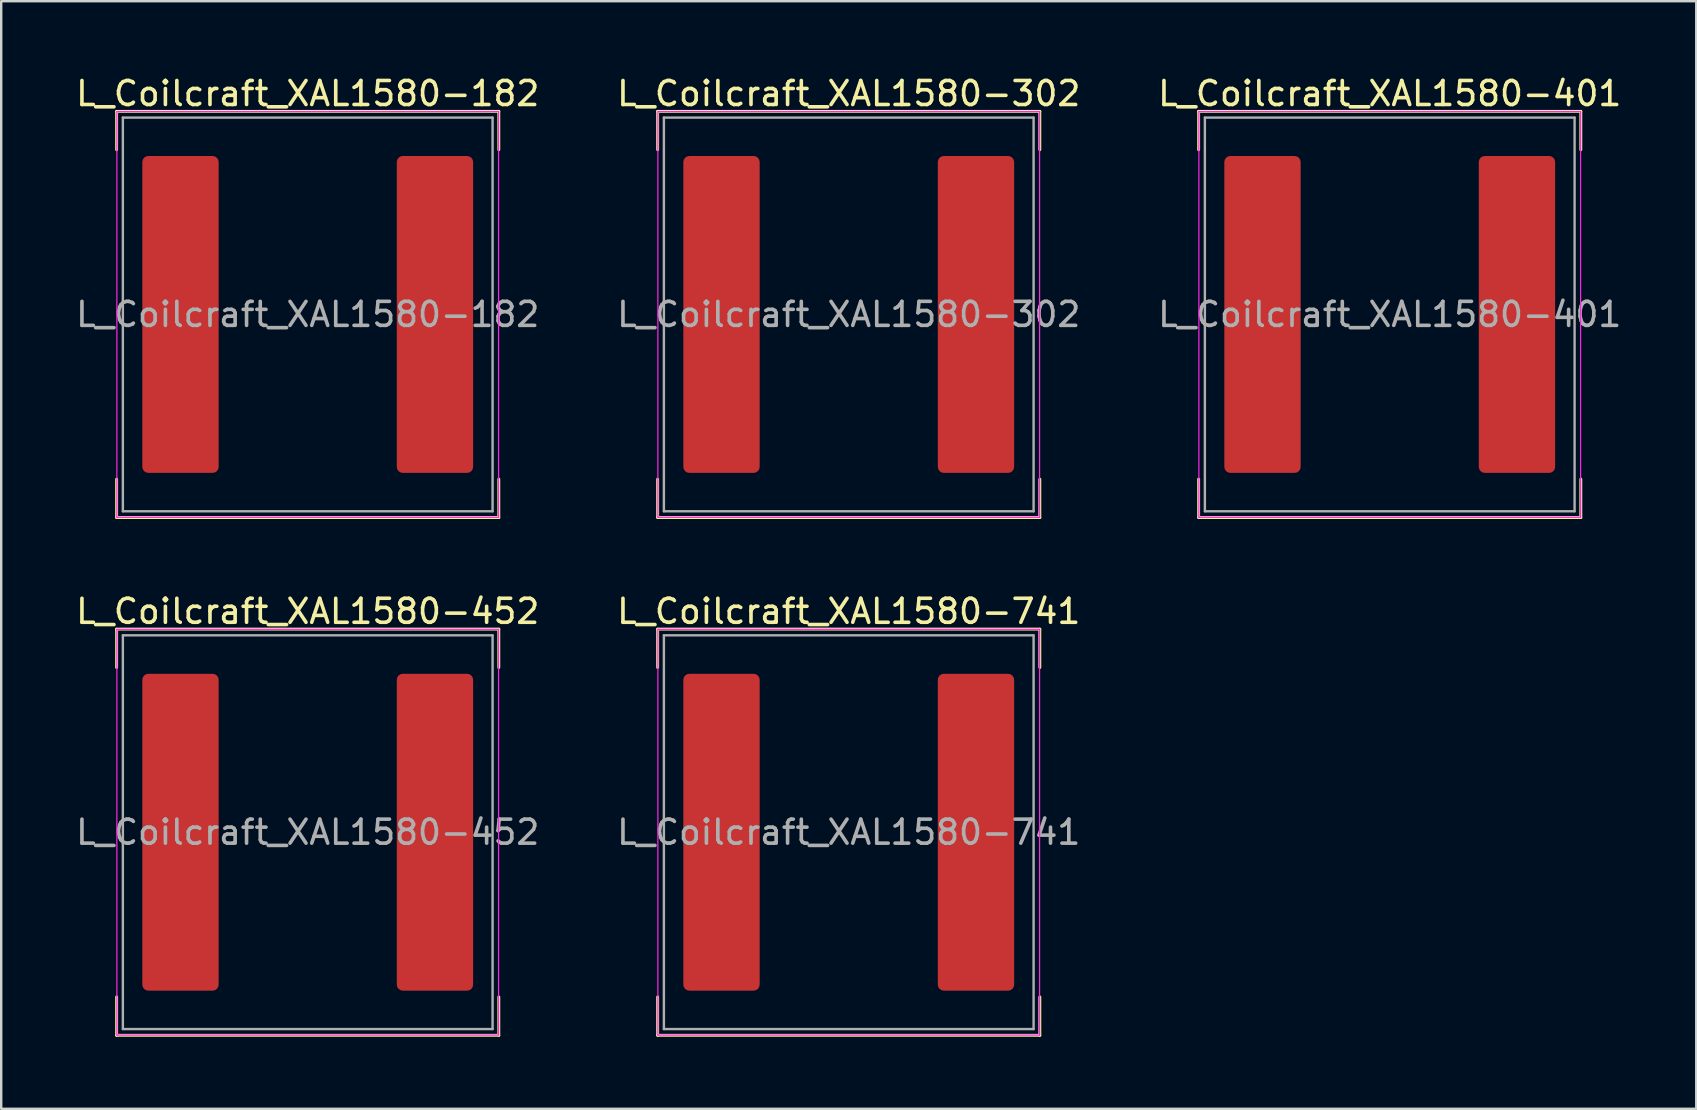
<source format=kicad_pcb>
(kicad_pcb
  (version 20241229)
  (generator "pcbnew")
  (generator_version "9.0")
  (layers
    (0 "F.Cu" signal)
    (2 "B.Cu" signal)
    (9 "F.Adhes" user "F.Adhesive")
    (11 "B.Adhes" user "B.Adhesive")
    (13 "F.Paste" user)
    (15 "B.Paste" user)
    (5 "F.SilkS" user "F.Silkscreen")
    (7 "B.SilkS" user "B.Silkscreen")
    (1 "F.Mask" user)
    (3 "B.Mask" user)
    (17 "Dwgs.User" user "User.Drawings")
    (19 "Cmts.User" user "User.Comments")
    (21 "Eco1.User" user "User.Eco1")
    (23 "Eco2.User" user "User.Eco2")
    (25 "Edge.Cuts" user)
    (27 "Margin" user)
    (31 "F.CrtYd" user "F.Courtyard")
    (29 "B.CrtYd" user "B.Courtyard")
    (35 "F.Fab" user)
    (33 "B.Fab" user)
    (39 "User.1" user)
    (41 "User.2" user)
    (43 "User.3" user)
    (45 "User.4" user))
  (footprint "L_Coilcraft_XAL1580-401"
    (layer "F.Cu")
    (at 54.839 10.048)
    (property "Reference" "L_Coilcraft_XAL1580-401" (at 0 -9.2 0) (layer "F.SilkS") (effects (font (size 1 1) (thickness 0.15))))
    (attr smd)
    (fp_line (start -7.96 -8.46) (end -7.96 -6.86) (stroke (width 0.12) (type solid)) (layer "F.SilkS"))
    (fp_line (start -7.96 -8.46) (end 7.96 -8.46) (stroke (width 0.12) (type solid)) (layer "F.SilkS"))
    (fp_line (start -7.96 8.46) (end -7.96 6.86) (stroke (width 0.12) (type solid)) (layer "F.SilkS"))
    (fp_line (start -7.96 8.46) (end 7.96 8.46) (stroke (width 0.12) (type solid)) (layer "F.SilkS"))
    (fp_line (start 7.96 -8.46) (end 7.96 -6.86) (stroke (width 0.12) (type solid)) (layer "F.SilkS"))
    (fp_line (start 7.96 8.46) (end 7.96 6.86) (stroke (width 0.12) (type solid)) (layer "F.SilkS"))
    (fp_line (start -7.95 -8.45) (end -7.95 8.45) (stroke (width 0.05) (type solid)) (layer "F.CrtYd"))
    (fp_line (start -7.95 8.45) (end 7.95 8.45) (stroke (width 0.05) (type solid)) (layer "F.CrtYd"))
    (fp_line (start 7.95 -8.45) (end -7.95 -8.45) (stroke (width 0.05) (type solid)) (layer "F.CrtYd"))
    (fp_line (start 7.95 8.45) (end 7.95 -8.45) (stroke (width 0.05) (type solid)) (layer "F.CrtYd"))
    (fp_line (start -7.7 -8.2) (end -7.7 8.2) (stroke (width 0.1) (type solid)) (layer "F.Fab"))
    (fp_line (start -7.7 8.2) (end 7.7 8.2) (stroke (width 0.1) (type solid)) (layer "F.Fab"))
    (fp_line (start 7.7 -8.2) (end -7.7 -8.2) (stroke (width 0.1) (type solid)) (layer "F.Fab"))
    (fp_line (start 7.7 8.2) (end 7.7 -8.2) (stroke (width 0.1) (type solid)) (layer "F.Fab"))
    (fp_text user "${REFERENCE}" (at 0 0 0) (layer "F.Fab") (effects (font (size 1 1) (thickness 0.15))))
    (pad "1" smd roundrect (at -5.3 0) (size 3.18 13.2) (layers "F.Cu" "F.Mask" "F.Paste") (roundrect_rratio 0.079))
    (pad "2" smd roundrect (at 5.3 0) (size 3.18 13.2) (layers "F.Cu" "F.Mask" "F.Paste") (roundrect_rratio 0.079)))
  (footprint "L_Coilcraft_XAL1580-182"
    (layer "F.Cu")
    (at 9.768 10.048)
    (property "Reference" "L_Coilcraft_XAL1580-182" (at 0 -9.2 0) (layer "F.SilkS") (effects (font (size 1 1) (thickness 0.15))))
    (attr smd)
    (fp_line (start -7.96 -8.46) (end -7.96 -6.86) (stroke (width 0.12) (type solid)) (layer "F.SilkS"))
    (fp_line (start -7.96 -8.46) (end 7.96 -8.46) (stroke (width 0.12) (type solid)) (layer "F.SilkS"))
    (fp_line (start -7.96 8.46) (end -7.96 6.86) (stroke (width 0.12) (type solid)) (layer "F.SilkS"))
    (fp_line (start -7.96 8.46) (end 7.96 8.46) (stroke (width 0.12) (type solid)) (layer "F.SilkS"))
    (fp_line (start 7.96 -8.46) (end 7.96 -6.86) (stroke (width 0.12) (type solid)) (layer "F.SilkS"))
    (fp_line (start 7.96 8.46) (end 7.96 6.86) (stroke (width 0.12) (type solid)) (layer "F.SilkS"))
    (fp_line (start -7.95 -8.45) (end -7.95 8.45) (stroke (width 0.05) (type solid)) (layer "F.CrtYd"))
    (fp_line (start -7.95 8.45) (end 7.95 8.45) (stroke (width 0.05) (type solid)) (layer "F.CrtYd"))
    (fp_line (start 7.95 -8.45) (end -7.95 -8.45) (stroke (width 0.05) (type solid)) (layer "F.CrtYd"))
    (fp_line (start 7.95 8.45) (end 7.95 -8.45) (stroke (width 0.05) (type solid)) (layer "F.CrtYd"))
    (fp_line (start -7.7 -8.2) (end -7.7 8.2) (stroke (width 0.1) (type solid)) (layer "F.Fab"))
    (fp_line (start -7.7 8.2) (end 7.7 8.2) (stroke (width 0.1) (type solid)) (layer "F.Fab"))
    (fp_line (start 7.7 -8.2) (end -7.7 -8.2) (stroke (width 0.1) (type solid)) (layer "F.Fab"))
    (fp_line (start 7.7 8.2) (end 7.7 -8.2) (stroke (width 0.1) (type solid)) (layer "F.Fab"))
    (fp_text user "${REFERENCE}" (at 0 0 0) (layer "F.Fab") (effects (font (size 1 1) (thickness 0.15))))
    (pad "1" smd roundrect (at -5.3 0) (size 3.18 13.2) (layers "F.Cu" "F.Mask" "F.Paste") (roundrect_rratio 0.079))
    (pad "2" smd roundrect (at 5.3 0) (size 3.18 13.2) (layers "F.Cu" "F.Mask" "F.Paste") (roundrect_rratio 0.079)))
  (footprint "L_Coilcraft_XAL1580-452"
    (layer "F.Cu")
    (at 9.768 31.616)
    (property "Reference" "L_Coilcraft_XAL1580-452" (at 0 -9.2 0) (layer "F.SilkS") (effects (font (size 1 1) (thickness 0.15))))
    (attr smd)
    (fp_line (start -7.96 -8.46) (end -7.96 -6.86) (stroke (width 0.12) (type solid)) (layer "F.SilkS"))
    (fp_line (start -7.96 -8.46) (end 7.96 -8.46) (stroke (width 0.12) (type solid)) (layer "F.SilkS"))
    (fp_line (start -7.96 8.46) (end -7.96 6.86) (stroke (width 0.12) (type solid)) (layer "F.SilkS"))
    (fp_line (start -7.96 8.46) (end 7.96 8.46) (stroke (width 0.12) (type solid)) (layer "F.SilkS"))
    (fp_line (start 7.96 -8.46) (end 7.96 -6.86) (stroke (width 0.12) (type solid)) (layer "F.SilkS"))
    (fp_line (start 7.96 8.46) (end 7.96 6.86) (stroke (width 0.12) (type solid)) (layer "F.SilkS"))
    (fp_line (start -7.95 -8.45) (end -7.95 8.45) (stroke (width 0.05) (type solid)) (layer "F.CrtYd"))
    (fp_line (start -7.95 8.45) (end 7.95 8.45) (stroke (width 0.05) (type solid)) (layer "F.CrtYd"))
    (fp_line (start 7.95 -8.45) (end -7.95 -8.45) (stroke (width 0.05) (type solid)) (layer "F.CrtYd"))
    (fp_line (start 7.95 8.45) (end 7.95 -8.45) (stroke (width 0.05) (type solid)) (layer "F.CrtYd"))
    (fp_line (start -7.7 -8.2) (end -7.7 8.2) (stroke (width 0.1) (type solid)) (layer "F.Fab"))
    (fp_line (start -7.7 8.2) (end 7.7 8.2) (stroke (width 0.1) (type solid)) (layer "F.Fab"))
    (fp_line (start 7.7 -8.2) (end -7.7 -8.2) (stroke (width 0.1) (type solid)) (layer "F.Fab"))
    (fp_line (start 7.7 8.2) (end 7.7 -8.2) (stroke (width 0.1) (type solid)) (layer "F.Fab"))
    (fp_text user "${REFERENCE}" (at 0 0 0) (layer "F.Fab") (effects (font (size 1 1) (thickness 0.15))))
    (pad "1" smd roundrect (at -5.3 0) (size 3.18 13.2) (layers "F.Cu" "F.Mask" "F.Paste") (roundrect_rratio 0.079))
    (pad "2" smd roundrect (at 5.3 0) (size 3.18 13.2) (layers "F.Cu" "F.Mask" "F.Paste") (roundrect_rratio 0.079)))
  (footprint "L_Coilcraft_XAL1580-741"
    (layer "F.Cu")
    (at 32.304 31.616)
    (property "Reference" "L_Coilcraft_XAL1580-741" (at 0 -9.2 0) (layer "F.SilkS") (effects (font (size 1 1) (thickness 0.15))))
    (attr smd)
    (fp_line (start -7.96 -8.46) (end -7.96 -6.86) (stroke (width 0.12) (type solid)) (layer "F.SilkS"))
    (fp_line (start -7.96 -8.46) (end 7.96 -8.46) (stroke (width 0.12) (type solid)) (layer "F.SilkS"))
    (fp_line (start -7.96 8.46) (end -7.96 6.86) (stroke (width 0.12) (type solid)) (layer "F.SilkS"))
    (fp_line (start -7.96 8.46) (end 7.96 8.46) (stroke (width 0.12) (type solid)) (layer "F.SilkS"))
    (fp_line (start 7.96 -8.46) (end 7.96 -6.86) (stroke (width 0.12) (type solid)) (layer "F.SilkS"))
    (fp_line (start 7.96 8.46) (end 7.96 6.86) (stroke (width 0.12) (type solid)) (layer "F.SilkS"))
    (fp_line (start -7.95 -8.45) (end -7.95 8.45) (stroke (width 0.05) (type solid)) (layer "F.CrtYd"))
    (fp_line (start -7.95 8.45) (end 7.95 8.45) (stroke (width 0.05) (type solid)) (layer "F.CrtYd"))
    (fp_line (start 7.95 -8.45) (end -7.95 -8.45) (stroke (width 0.05) (type solid)) (layer "F.CrtYd"))
    (fp_line (start 7.95 8.45) (end 7.95 -8.45) (stroke (width 0.05) (type solid)) (layer "F.CrtYd"))
    (fp_line (start -7.7 -8.2) (end -7.7 8.2) (stroke (width 0.1) (type solid)) (layer "F.Fab"))
    (fp_line (start -7.7 8.2) (end 7.7 8.2) (stroke (width 0.1) (type solid)) (layer "F.Fab"))
    (fp_line (start 7.7 -8.2) (end -7.7 -8.2) (stroke (width 0.1) (type solid)) (layer "F.Fab"))
    (fp_line (start 7.7 8.2) (end 7.7 -8.2) (stroke (width 0.1) (type solid)) (layer "F.Fab"))
    (fp_text user "${REFERENCE}" (at 0 0 0) (layer "F.Fab") (effects (font (size 1 1) (thickness 0.15))))
    (pad "1" smd roundrect (at -5.3 0) (size 3.18 13.2) (layers "F.Cu" "F.Mask" "F.Paste") (roundrect_rratio 0.079))
    (pad "2" smd roundrect (at 5.3 0) (size 3.18 13.2) (layers "F.Cu" "F.Mask" "F.Paste") (roundrect_rratio 0.079)))
  (footprint "L_Coilcraft_XAL1580-302"
    (layer "F.Cu")
    (at 32.304 10.048)
    (property "Reference" "L_Coilcraft_XAL1580-302" (at 0 -9.2 0) (layer "F.SilkS") (effects (font (size 1 1) (thickness 0.15))))
    (attr smd)
    (fp_line (start -7.96 -8.46) (end -7.96 -6.86) (stroke (width 0.12) (type solid)) (layer "F.SilkS"))
    (fp_line (start -7.96 -8.46) (end 7.96 -8.46) (stroke (width 0.12) (type solid)) (layer "F.SilkS"))
    (fp_line (start -7.96 8.46) (end -7.96 6.86) (stroke (width 0.12) (type solid)) (layer "F.SilkS"))
    (fp_line (start -7.96 8.46) (end 7.96 8.46) (stroke (width 0.12) (type solid)) (layer "F.SilkS"))
    (fp_line (start 7.96 -8.46) (end 7.96 -6.86) (stroke (width 0.12) (type solid)) (layer "F.SilkS"))
    (fp_line (start 7.96 8.46) (end 7.96 6.86) (stroke (width 0.12) (type solid)) (layer "F.SilkS"))
    (fp_line (start -7.95 -8.45) (end -7.95 8.45) (stroke (width 0.05) (type solid)) (layer "F.CrtYd"))
    (fp_line (start -7.95 8.45) (end 7.95 8.45) (stroke (width 0.05) (type solid)) (layer "F.CrtYd"))
    (fp_line (start 7.95 -8.45) (end -7.95 -8.45) (stroke (width 0.05) (type solid)) (layer "F.CrtYd"))
    (fp_line (start 7.95 8.45) (end 7.95 -8.45) (stroke (width 0.05) (type solid)) (layer "F.CrtYd"))
    (fp_line (start -7.7 -8.2) (end -7.7 8.2) (stroke (width 0.1) (type solid)) (layer "F.Fab"))
    (fp_line (start -7.7 8.2) (end 7.7 8.2) (stroke (width 0.1) (type solid)) (layer "F.Fab"))
    (fp_line (start 7.7 -8.2) (end -7.7 -8.2) (stroke (width 0.1) (type solid)) (layer "F.Fab"))
    (fp_line (start 7.7 8.2) (end 7.7 -8.2) (stroke (width 0.1) (type solid)) (layer "F.Fab"))
    (fp_text user "${REFERENCE}" (at 0 0 0) (layer "F.Fab") (effects (font (size 1 1) (thickness 0.15))))
    (pad "1" smd roundrect (at -5.3 0) (size 3.18 13.2) (layers "F.Cu" "F.Mask" "F.Paste") (roundrect_rratio 0.079))
    (pad "2" smd roundrect (at 5.3 0) (size 3.18 13.2) (layers "F.Cu" "F.Mask" "F.Paste") (roundrect_rratio 0.079)))
  (gr_rect
    (start -3 -3)
    (end 67.607 43.136)
    (stroke (width 0.1) (type default))
    (fill no)
    (layer "Edge.Cuts")))
</source>
